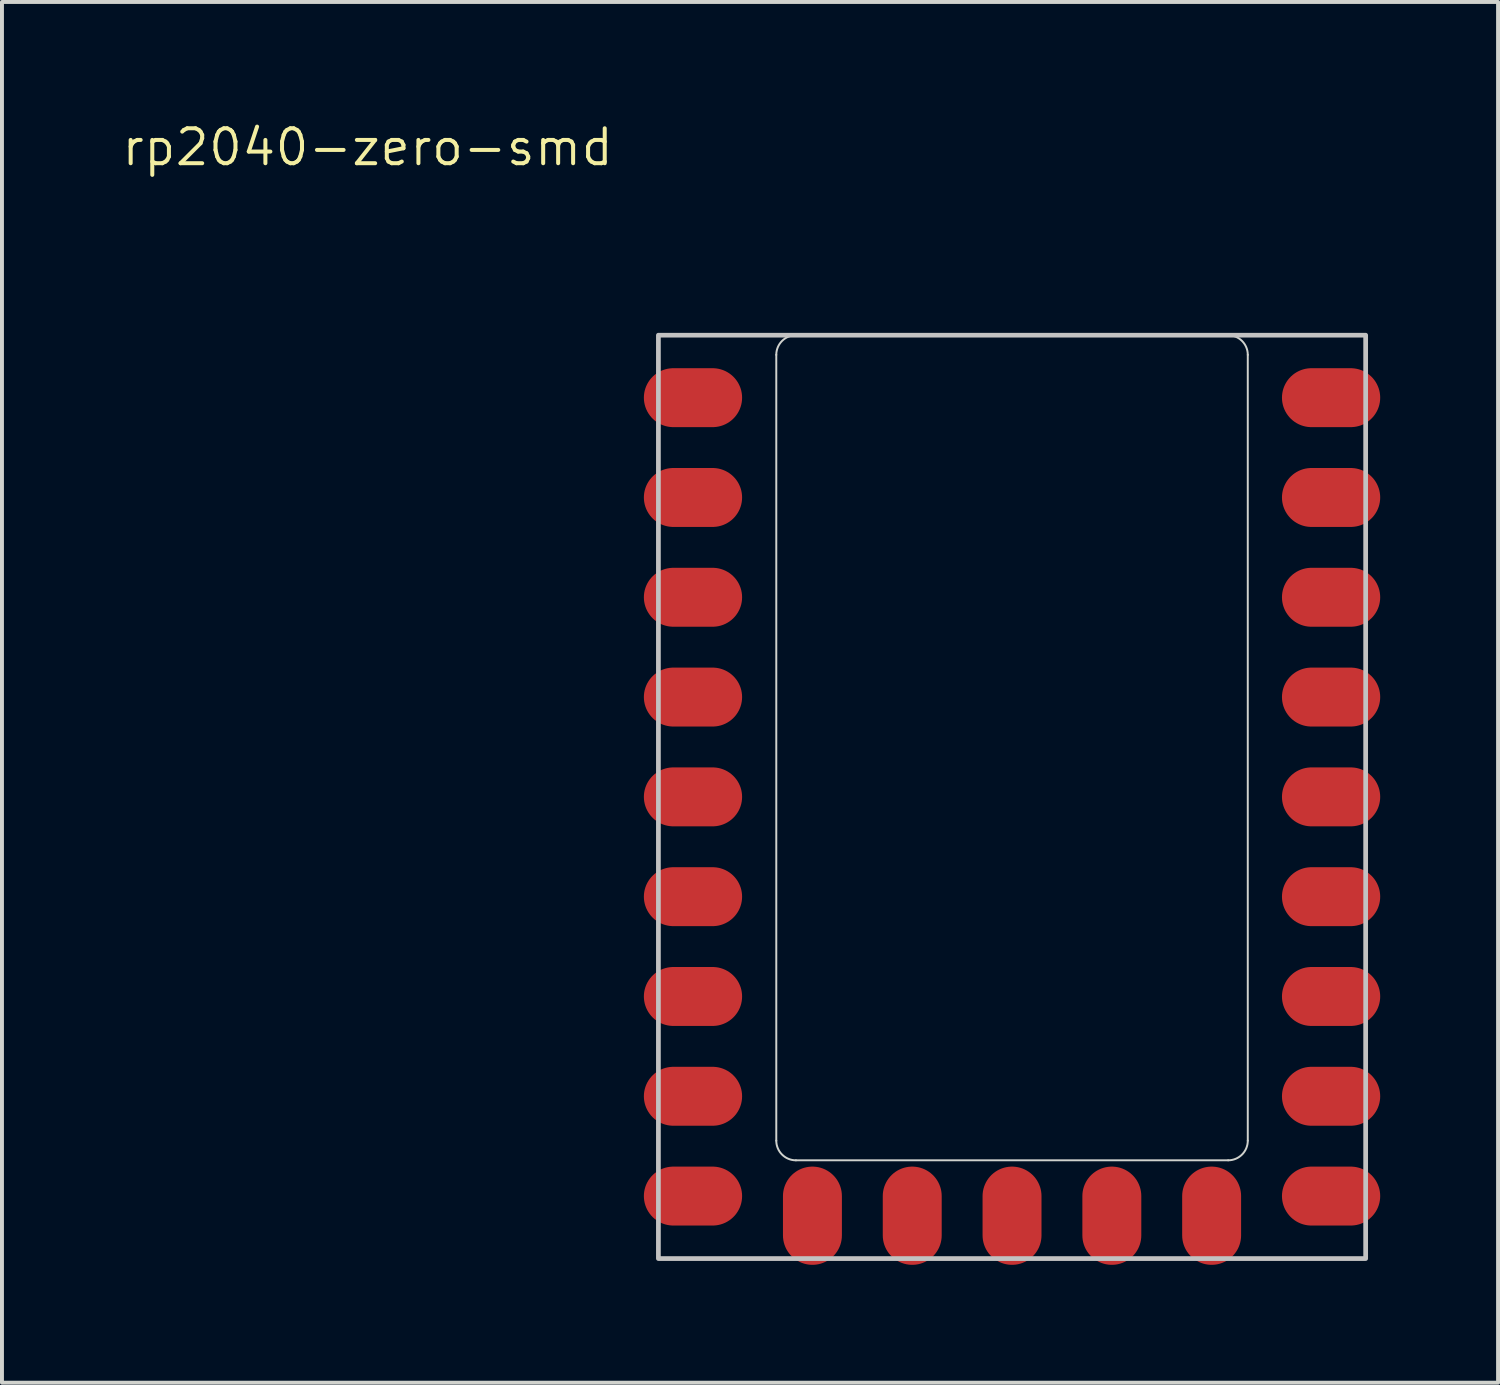
<source format=kicad_pcb>
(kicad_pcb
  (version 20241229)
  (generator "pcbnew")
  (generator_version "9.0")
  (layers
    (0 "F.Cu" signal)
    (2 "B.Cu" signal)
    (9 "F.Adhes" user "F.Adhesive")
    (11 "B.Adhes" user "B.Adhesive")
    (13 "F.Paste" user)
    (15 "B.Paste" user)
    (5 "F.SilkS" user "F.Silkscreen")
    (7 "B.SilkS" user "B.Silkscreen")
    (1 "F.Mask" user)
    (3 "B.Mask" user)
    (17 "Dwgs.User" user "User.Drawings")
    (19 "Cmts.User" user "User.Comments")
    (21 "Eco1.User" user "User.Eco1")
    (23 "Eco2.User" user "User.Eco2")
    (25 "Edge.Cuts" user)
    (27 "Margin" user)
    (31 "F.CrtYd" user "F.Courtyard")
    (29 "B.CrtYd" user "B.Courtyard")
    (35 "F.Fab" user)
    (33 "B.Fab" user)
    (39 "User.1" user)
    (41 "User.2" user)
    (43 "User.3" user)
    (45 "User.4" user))
  (footprint "rp2040-zero-smd"
    (layer "F.Cu")
    (at 22.707 15.981)
    (property "Reference" "rp2040-zero-smd" (at -16.399 -15.283 0) (layer "F.SilkS") (effects (font (size 0.889 0.889) (thickness 0.102))))
    (attr smd exclude_from_pos_files)
    (fp_rect (start -9 -10.5) (end 9 13) (stroke (width 0.12) (type solid)) (fill no) (layer "Dwgs.User"))
    (fp_line (start -6 10) (end -6 -10) (stroke (width 0.05) (type default)) (layer "Edge.Cuts"))
    (fp_line (start 5.5 -10.5) (end -5.5 -10.5) (stroke (width 0.05) (type default)) (layer "Edge.Cuts"))
    (fp_line (start 5.5 10.5) (end -5.5 10.5) (stroke (width 0.05) (type default)) (layer "Edge.Cuts"))
    (fp_line (start 6 10) (end 6 -10) (stroke (width 0.05) (type default)) (layer "Edge.Cuts"))
    (fp_arc (start -6 -10) (mid -5.853553 -10.353553) (end -5.5 -10.5) (stroke (width 0.05) (type default)) (layer "Edge.Cuts"))
    (fp_arc (start -5.5 10.5) (mid -5.853553 10.353553) (end -6 10) (stroke (width 0.05) (type default)) (layer "Edge.Cuts"))
    (fp_arc (start 5.5 -10.5) (mid 5.853553 -10.353553) (end 6 -10) (stroke (width 0.05) (type default)) (layer "Edge.Cuts"))
    (fp_arc (start 6 10) (mid 5.853553 10.353553) (end 5.5 10.5) (stroke (width 0.05) (type default)) (layer "Edge.Cuts"))
    (pad "1" smd oval (at 7.62 -8.91 180) (size 2.5 1.5) (drill (offset -0.5 0)) (layers "F.Cu" "F.Mask" "F.Paste"))
    (pad "2" smd oval (at 7.62 -6.37 180) (size 2.5 1.5) (drill (offset -0.5 0)) (layers "F.Cu" "F.Mask" "F.Paste"))
    (pad "3" smd oval (at 7.62 -3.83 180) (size 2.5 1.5) (drill (offset -0.5 0)) (layers "F.Cu" "F.Mask" "F.Paste"))
    (pad "4" smd oval (at 7.62 -1.29 180) (size 2.5 1.5) (drill (offset -0.5 0)) (layers "F.Cu" "F.Mask" "F.Paste"))
    (pad "5" smd oval (at 7.62 1.25 180) (size 2.5 1.5) (drill (offset -0.5 0)) (layers "F.Cu" "F.Mask" "F.Paste"))
    (pad "6" smd oval (at 7.62 3.79 180) (size 2.5 1.5) (drill (offset -0.5 0)) (layers "F.Cu" "F.Mask" "F.Paste"))
    (pad "7" smd oval (at 7.62 6.33 180) (size 2.5 1.5) (drill (offset -0.5 0)) (layers "F.Cu" "F.Mask" "F.Paste"))
    (pad "8" smd oval (at 7.62 8.87 180) (size 2.5 1.5) (drill (offset -0.5 0)) (layers "F.Cu" "F.Mask" "F.Paste"))
    (pad "9" smd oval (at 7.62 11.41 180) (size 2.5 1.5) (drill (offset -0.5 0)) (layers "F.Cu" "F.Mask" "F.Paste"))
    (pad "10" smd oval (at 5.08 11.41 90) (size 2.5 1.5) (drill (offset -0.5 0)) (layers "F.Cu" "F.Mask" "F.Paste"))
    (pad "11" smd oval (at 2.54 11.41 90) (size 2.5 1.5) (drill (offset -0.5 0)) (layers "F.Cu" "F.Mask" "F.Paste"))
    (pad "12" smd oval (at 0 11.41 90) (size 2.5 1.5) (drill (offset -0.5 0)) (layers "F.Cu" "F.Mask" "F.Paste"))
    (pad "13" smd oval (at -2.54 11.41 90) (size 2.5 1.5) (drill (offset -0.5 0)) (layers "F.Cu" "F.Mask" "F.Paste"))
    (pad "14" smd oval (at -5.08 11.41 90) (size 2.5 1.5) (drill (offset -0.5 0)) (layers "F.Cu" "F.Mask" "F.Paste"))
    (pad "15" smd oval (at -7.62 11.41) (size 2.5 1.5) (drill (offset -0.5 0)) (layers "F.Cu" "F.Mask" "F.Paste"))
    (pad "16" smd oval (at -7.62 8.87) (size 2.5 1.5) (drill (offset -0.5 0)) (layers "F.Cu" "F.Mask" "F.Paste"))
    (pad "17" smd oval (at -7.62 6.33) (size 2.5 1.5) (drill (offset -0.5 0)) (layers "F.Cu" "F.Mask" "F.Paste"))
    (pad "18" smd oval (at -7.62 3.79) (size 2.5 1.5) (drill (offset -0.5 0)) (layers "F.Cu" "F.Mask" "F.Paste"))
    (pad "19" smd oval (at -7.62 1.25) (size 2.5 1.5) (drill (offset -0.5 0)) (layers "F.Cu" "F.Mask" "F.Paste"))
    (pad "20" smd oval (at -7.62 -1.29) (size 2.5 1.5) (drill (offset -0.5 0)) (layers "F.Cu" "F.Mask" "F.Paste"))
    (pad "21" smd oval (at -7.62 -3.83) (size 2.5 1.5) (drill (offset -0.5 0)) (layers "F.Cu" "F.Mask" "F.Paste"))
    (pad "22" smd oval (at -7.62 -6.37) (size 2.5 1.5) (drill (offset -0.5 0)) (layers "F.Cu" "F.Mask" "F.Paste"))
    (pad "23" smd oval (at -7.62 -8.91) (size 2.5 1.5) (drill (offset -0.5 0)) (layers "F.Cu" "F.Mask" "F.Paste")))
  (gr_rect
    (start -3 -3)
    (end 35.077 32.141)
    (stroke (width 0.1) (type default))
    (fill no)
    (layer "Edge.Cuts")))
</source>
